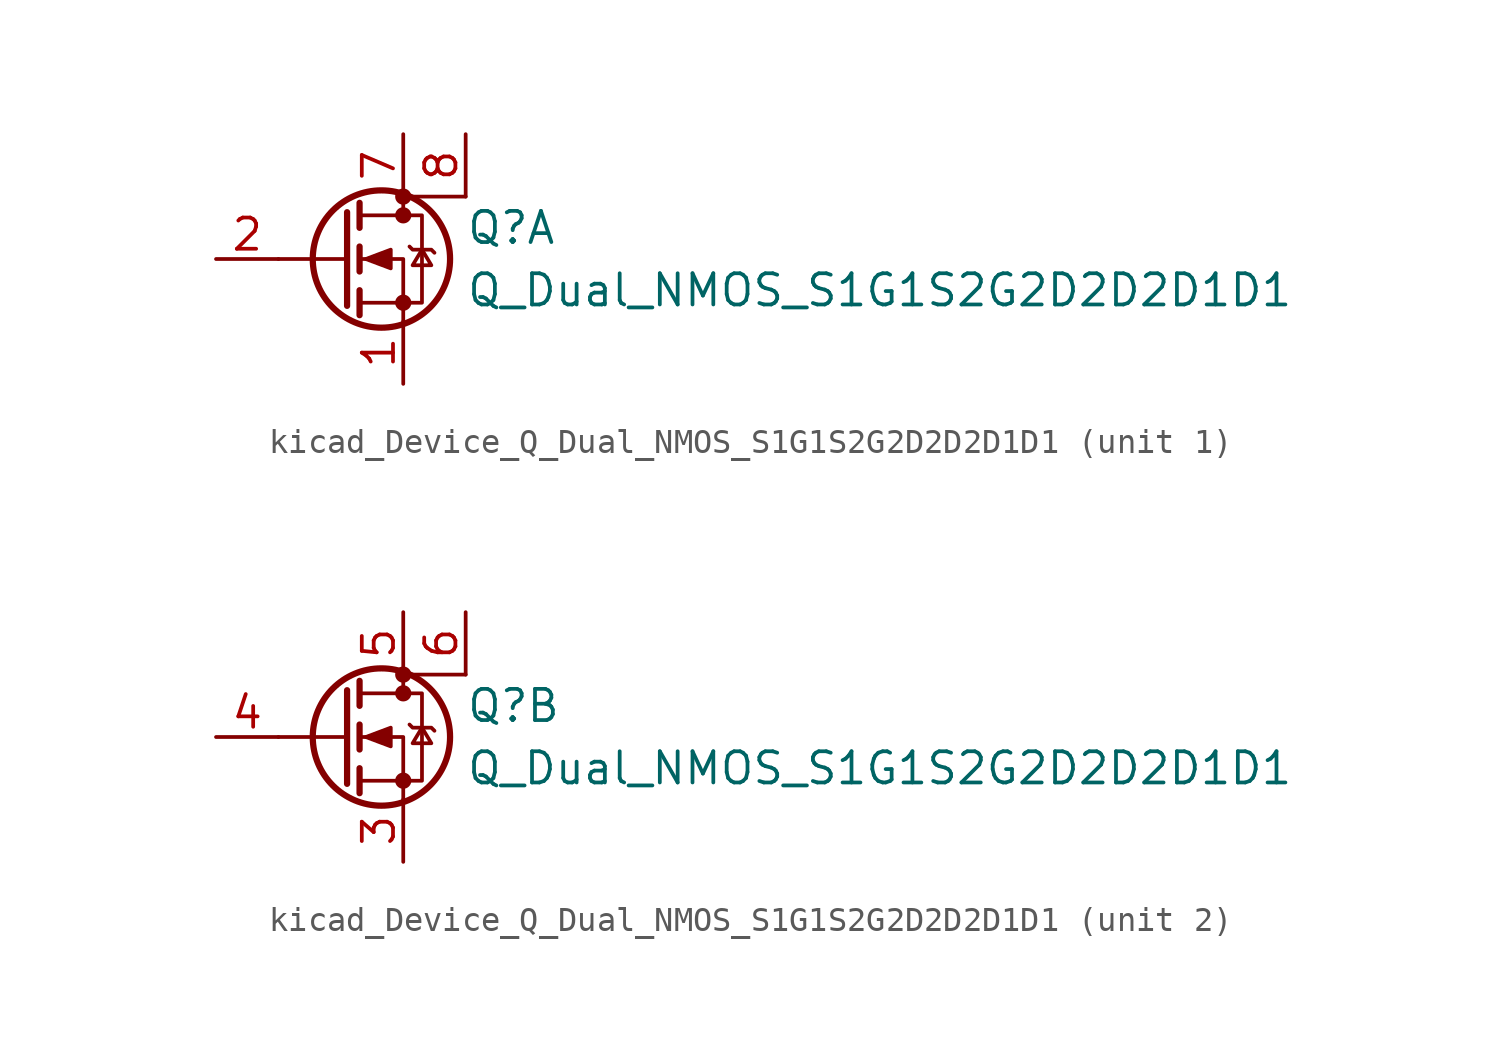
<source format=kicad_sym>
(kicad_symbol_lib
  (version 20220914)
  (generator kicad_symbol_editor)
  (symbol "kicad_Device_Q_Dual_NMOS_S1G1S2G2D2D2D1D1"
    (pin_names
      (offset 0) hide)
    (property "Reference" "Q"
      (at 5.08 1.27 0)
      (effects (font (size 1.27 1.27)) (justify left)))
    (property "Value" "Q_Dual_NMOS_S1G1S2G2D2D2D1D1"
      (at 5.08 -1.27 0)
      (effects (font (size 1.27 1.27)) (justify left)))
    (symbol "kicad_Device_Q_Dual_NMOS_S1G1S2G2D2D2D1D1_0_1"
      (polyline (pts (xy 0.254 0) (xy -2.54 0)) (stroke (width 0) (type default)) (fill (type none)))
      (polyline (pts (xy 0.254 1.905) (xy 0.254 -1.905)) (stroke (width 0.254) (type default)) (fill (type none)))
      (polyline (pts (xy 0.762 -1.27) (xy 0.762 -2.286)) (stroke (width 0.254) (type default)) (fill (type none)))
      (polyline (pts (xy 0.762 0.508) (xy 0.762 -0.508)) (stroke (width 0.254) (type default)) (fill (type none)))
      (polyline (pts (xy 0.762 2.286) (xy 0.762 1.27)) (stroke (width 0.254) (type default)) (fill (type none)))
      (polyline (pts (xy 2.54 2.54) (xy 2.54 1.778)) (stroke (width 0) (type default)) (fill (type none)))
      (polyline (pts (xy 5.08 2.54) (xy 2.54 2.54)) (stroke (width 0) (type default)) (fill (type none)))
      (polyline (pts (xy 2.54 -2.54) (xy 2.54 0) (xy 0.762 0)) (stroke (width 0) (type default)) (fill (type none)))
      (polyline (pts (xy 0.762 -1.778) (xy 3.302 -1.778) (xy 3.302 1.778) (xy 0.762 1.778)) (stroke (width 0) (type default)) (fill (type none)))
      (polyline (pts (xy 1.016 0) (xy 2.032 0.381) (xy 2.032 -0.381) (xy 1.016 0)) (stroke (width 0) (type default)) (fill (type outline)))
      (polyline (pts (xy 2.794 0.508) (xy 2.921 0.381) (xy 3.683 0.381) (xy 3.81 0.254)) (stroke (width 0) (type default)) (fill (type none)))
      (polyline (pts (xy 3.302 0.381) (xy 2.921 -0.254) (xy 3.683 -0.254) (xy 3.302 0.381)) (stroke (width 0) (type default)) (fill (type none)))
      (circle (center 1.651 0) (radius 2.794) (stroke (width 0.254) (type default)) (fill (type none)))
      (circle (center 2.54 -1.778) (radius 0.254) (stroke (width 0) (type default)) (fill (type outline)))
      (circle (center 2.54 1.778) (radius 0.254) (stroke (width 0) (type default)) (fill (type outline)))
      (circle (center 2.54 2.54) (radius 0.254) (stroke (width 0) (type default)) (fill (type outline))))
    (symbol "kicad_Device_Q_Dual_NMOS_S1G1S2G2D2D2D1D1_1_1"
      (pin passive line (at 2.54 -5.08 90) (length 2.54) (name "S" (effects (font (size 1.27 1.27)))) (number "1" (effects (font (size 1.27 1.27)))))
      (pin input line (at -5.08 0 0) (length 2.54) (name "G" (effects (font (size 1.27 1.27)))) (number "2" (effects (font (size 1.27 1.27)))))
      (pin passive line (at 2.54 5.08 270) (length 2.54) (name "D" (effects (font (size 1.27 1.27)))) (number "7" (effects (font (size 1.27 1.27)))))
      (pin passive line (at 5.08 5.08 270) (length 2.54) (name "D" (effects (font (size 1.27 1.27)))) (number "8" (effects (font (size 1.27 1.27))))))
    (symbol "kicad_Device_Q_Dual_NMOS_S1G1S2G2D2D2D1D1_2_1"
      (pin passive line (at 2.54 -5.08 90) (length 2.54) (name "S" (effects (font (size 1.27 1.27)))) (number "3" (effects (font (size 1.27 1.27)))))
      (pin input line (at -5.08 0 0) (length 2.54) (name "G" (effects (font (size 1.27 1.27)))) (number "4" (effects (font (size 1.27 1.27)))))
      (pin passive line (at 2.54 5.08 270) (length 2.54) (name "D" (effects (font (size 1.27 1.27)))) (number "5" (effects (font (size 1.27 1.27)))))
      (pin passive line (at 5.08 5.08 270) (length 2.54) (name "D" (effects (font (size 1.27 1.27)))) (number "6" (effects (font (size 1.27 1.27))))))))
</source>
